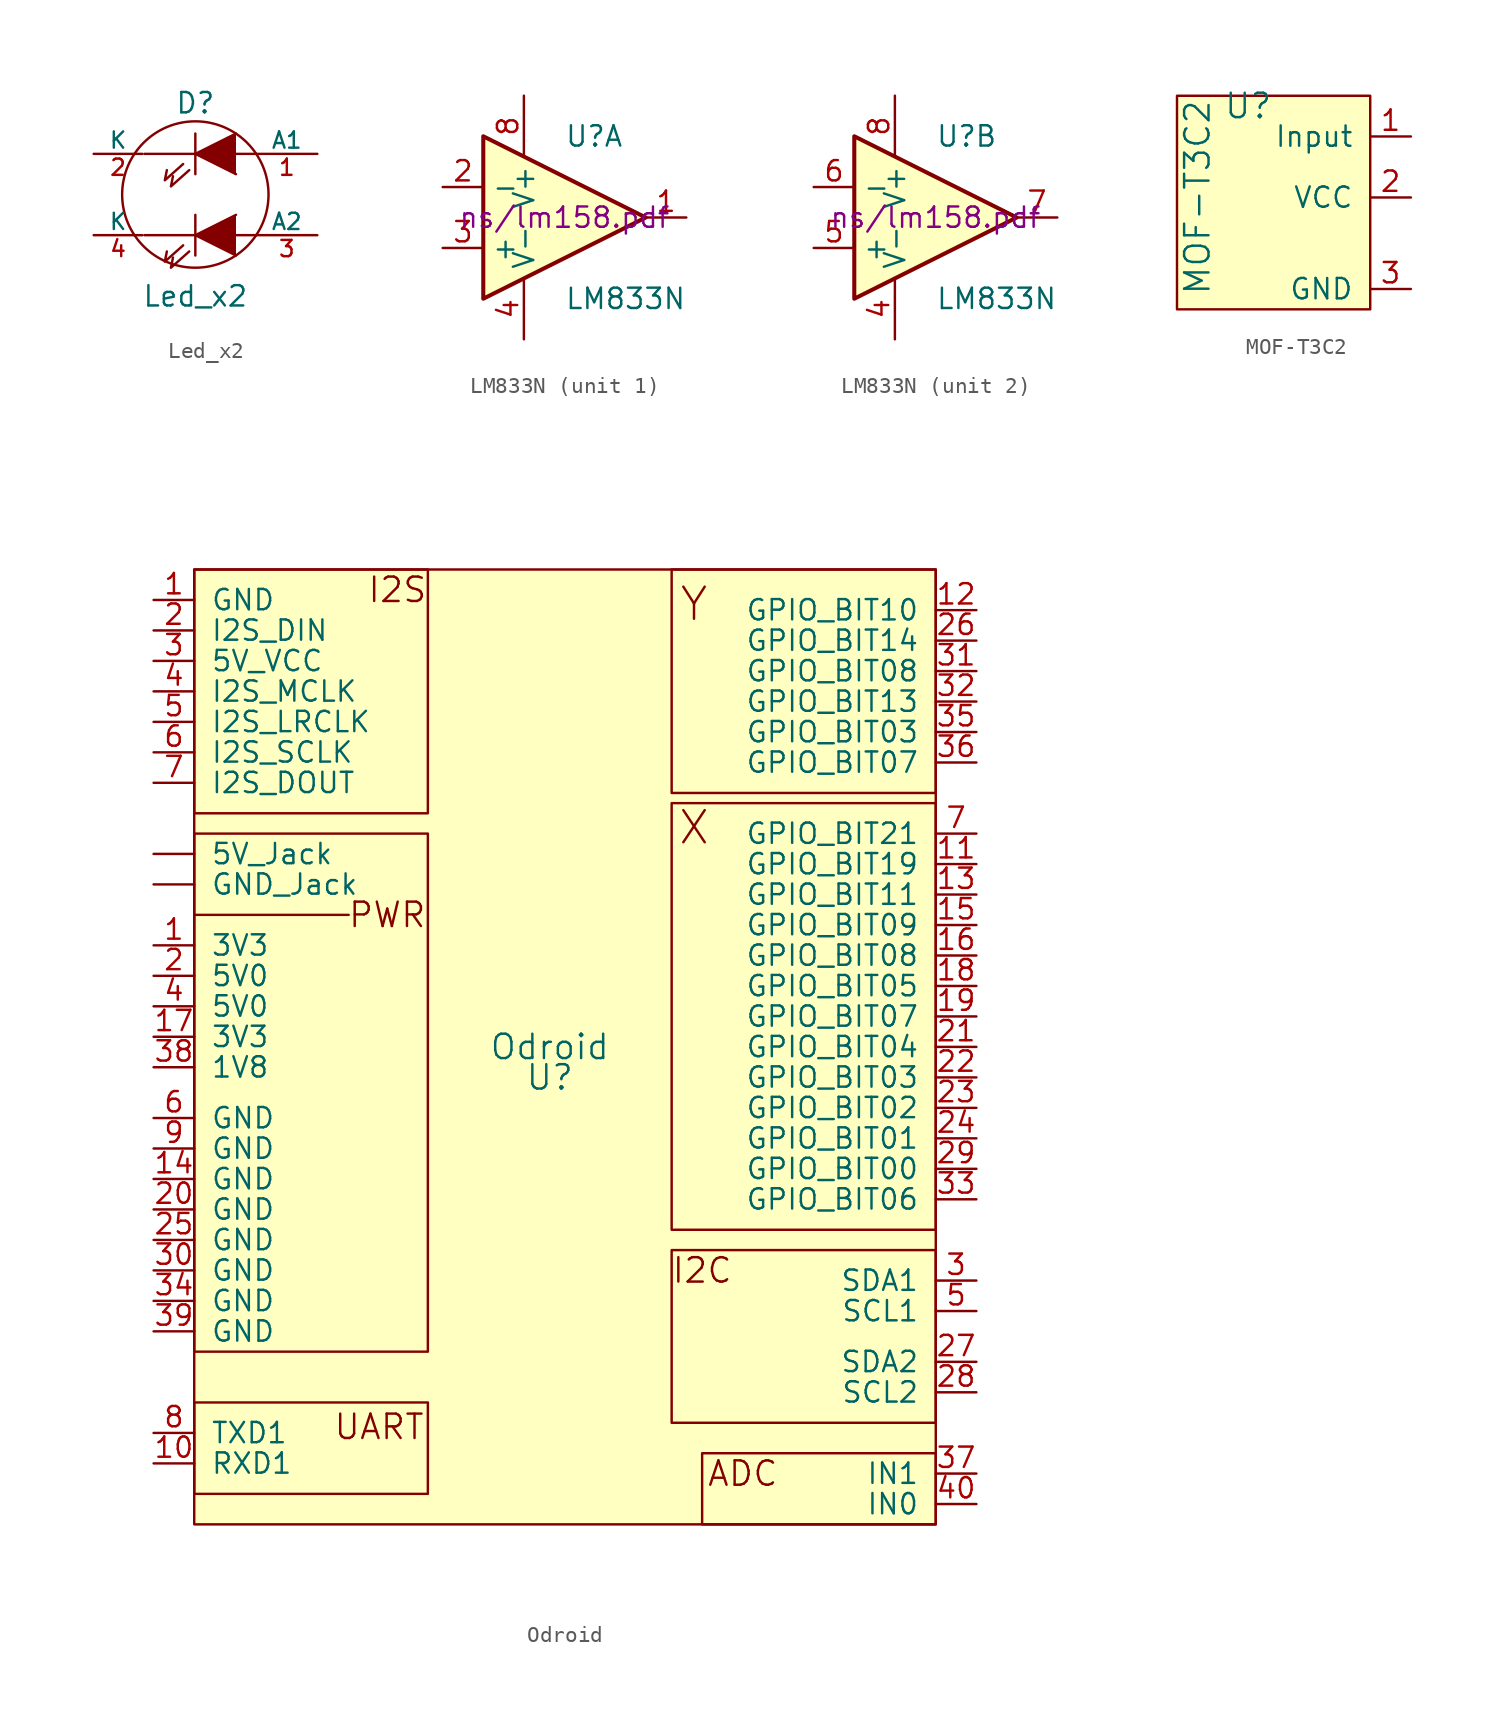
<source format=kicad_sym>
(kicad_symbol_lib
  (version 20211014)
  (generator kicad_symbol_editor)
  (symbol "Led_x2"
    (pin_names
      (offset 0))
    (property "Reference" "D"
      (at 0 5.715 0)
      (effects (font (size 1.27 1.27))))
    (property "Value" "Led_x2"
      (at 0 -6.35 0)
      (effects (font (size 1.27 1.27))))
    (property "Footprint" ""
      (at 0 0 0)
      (effects (font (size 1.27 1.27))))
    (property "Datasheet" ""
      (at 0 0 0)
      (effects (font (size 1.27 1.27))))
    (symbol "Led_x2_0_1"
      (polyline (pts (xy 0 -2.54) (xy -3.175 -2.54)) (stroke (width 0) (type default) (color 0 0 0 0)) (fill (type none)))
      (polyline (pts (xy 0 -1.27) (xy 0 -3.81)) (stroke (width 0) (type default) (color 0 0 0 0)) (fill (type none)))
      (polyline (pts (xy 0 2.54) (xy -3.175 2.54)) (stroke (width 0) (type default) (color 0 0 0 0)) (fill (type none)))
      (polyline (pts (xy 0 3.81) (xy 0 1.27)) (stroke (width 0) (type default) (color 0 0 0 0)) (fill (type none)))
      (polyline (pts (xy 3.81 -2.54) (xy 2.54 -2.54)) (stroke (width 0) (type default) (color 0 0 0 0)) (fill (type none)))
      (polyline (pts (xy 3.81 2.54) (xy 2.54 2.54)) (stroke (width 0) (type default) (color 0 0 0 0)) (fill (type none)))
      (polyline (pts (xy -0.762 -3.175) (xy -1.905 -4.191) (xy -1.778 -3.556)) (stroke (width 0) (type default) (color 0 0 0 0)) (fill (type none)))
      (polyline (pts (xy -0.762 1.905) (xy -1.905 0.889) (xy -1.778 1.524)) (stroke (width 0) (type default) (color 0 0 0 0)) (fill (type none)))
      (polyline (pts (xy -0.381 -3.556) (xy -1.524 -4.572) (xy -1.397 -3.937)) (stroke (width 0) (type default) (color 0 0 0 0)) (fill (type none)))
      (polyline (pts (xy -0.381 1.524) (xy -1.524 0.508) (xy -1.397 1.143)) (stroke (width 0) (type default) (color 0 0 0 0)) (fill (type none)))
      (polyline (pts (xy 2.54 -1.27) (xy 0 -2.54) (xy 2.54 -3.81)) (stroke (width 0) (type default) (color 0 0 0 0)) (fill (type outline)))
      (polyline (pts (xy 2.54 3.81) (xy 0 2.54) (xy 2.54 1.27)) (stroke (width 0) (type default) (color 0 0 0 0)) (fill (type outline)))
      (circle (center 0 0) (radius 4.572) (stroke (width 0) (type default) (color 0 0 0 0)) (fill (type none))))
    (symbol "Led_x2_1_1"
      (pin input line (at 7.62 2.54 180) (length 3.81) (name "A1" (effects (font (size 1.016 1.016)))) (number "1" (effects (font (size 1.016 1.016)))))
      (pin input line (at -6.35 2.54 0) (length 3.048) (name "K" (effects (font (size 1.016 1.016)))) (number "2" (effects (font (size 1.016 1.016)))))
      (pin input line (at 7.62 -2.54 180) (length 3.81) (name "A2" (effects (font (size 1.016 1.016)))) (number "3" (effects (font (size 1.016 1.016)))))
      (pin input line (at -6.35 -2.54 0) (length 3.048) (name "K" (effects (font (size 1.016 1.016)))) (number "4" (effects (font (size 1.016 1.016)))))))
  (symbol "LM833N"
    (property "Reference" "U"
      (at 0 5.08 0)
      (effects (font (size 1.27 1.27)) (justify left)))
    (property "Value" "LM833N"
      (at 0 -5.08 0)
      (effects (font (size 1.27 1.27)) (justify left)))
    (property "Footprint" ""
      (at 0 0 0)
      (effects (font (size 1.27 1.27))))
    (property "Datasheet" "ns/lm158.pdf"
      (at 0 0 0)
      (effects (font (size 1.27 1.27))))
    (symbol "LM833N_0_1"
      (polyline (pts (xy -5.08 5.08) (xy 5.08 0) (xy -5.08 -5.08) (xy -5.08 5.08)) (stroke (width 0.254) (type default) (color 0 0 0 0)) (fill (type background)))
      (pin power_in line (at -2.54 -7.62 90) (length 3.81) (name "V-" (effects (font (size 1.27 1.27)))) (number "4" (effects (font (size 1.27 1.27)))))
      (pin power_in line (at -2.54 7.62 270) (length 3.81) (name "V+" (effects (font (size 1.27 1.27)))) (number "8" (effects (font (size 1.27 1.27))))))
    (symbol "LM833N_1_1"
      (pin output line (at 7.62 0 180) (length 2.54) (name "~" (effects (font (size 1.27 1.27)))) (number "1" (effects (font (size 1.27 1.27)))))
      (pin input line (at -7.62 1.905 0) (length 2.54) (name "-" (effects (font (size 1.27 1.27)))) (number "2" (effects (font (size 1.27 1.27)))))
      (pin input line (at -7.62 -1.905 0) (length 2.54) (name "+" (effects (font (size 1.27 1.27)))) (number "3" (effects (font (size 1.27 1.27))))))
    (symbol "LM833N_2_1"
      (pin input line (at -7.62 -1.905 0) (length 2.54) (name "+" (effects (font (size 1.27 1.27)))) (number "5" (effects (font (size 1.27 1.27)))))
      (pin input line (at -7.62 1.905 0) (length 2.54) (name "-" (effects (font (size 1.27 1.27)))) (number "6" (effects (font (size 1.27 1.27)))))
      (pin output line (at 7.62 0 180) (length 2.54) (name "~" (effects (font (size 1.27 1.27)))) (number "7" (effects (font (size 1.27 1.27)))))))
  (symbol "MOF-T3C2"
    (pin_names
      (offset 1.016))
    (property "Reference" "U"
      (at -1.27 5.08 0)
      (effects (font (size 1.524 1.524))))
    (property "Value" "MOF-T3C2"
      (at -4.445 -0.635 90)
      (effects (font (size 1.524 1.524))))
    (symbol "MOF-T3C2_0_1"
      (rectangle (start -5.715 5.715) (end 6.35 -7.62) (stroke (width 0) (type default) (color 0 0 0 0)) (fill (type background))))
    (symbol "MOF-T3C2_1_1"
      (pin input line (at 8.89 3.175 180) (length 2.54) (name "Input" (effects (font (size 1.27 1.27)))) (number "1" (effects (font (size 1.27 1.27)))))
      (pin input line (at 8.89 -0.635 180) (length 2.54) (name "VCC" (effects (font (size 1.27 1.27)))) (number "2" (effects (font (size 1.27 1.27)))))
      (pin input line (at 8.89 -6.35 180) (length 2.54) (name "GND" (effects (font (size 1.27 1.27)))) (number "3" (effects (font (size 1.27 1.27)))))))
  (symbol "Odroid"
    (pin_names
      (offset 1.016))
    (property "Reference" "U"
      (at 0.635 0.635 0)
      (effects (font (size 1.524 1.524))))
    (property "Value" "Odroid"
      (at 0.635 2.54 0)
      (effects (font (size 1.524 1.524))))
    (symbol "Odroid_0_0"
      (rectangle (start -21.59 -19.685) (end -6.985 -25.4) (stroke (width 0) (type default) (color 0 0 0 0)) (fill (type none)))
      (rectangle (start -6.985 15.875) (end -21.59 -16.51) (stroke (width 0) (type default) (color 0 0 0 0)) (fill (type none)))
      (rectangle (start 8.255 -20.955) (end 24.765 -10.16) (stroke (width 0) (type default) (color 0 0 0 0)) (fill (type none)))
      (rectangle (start 8.255 32.385) (end 24.765 18.415) (stroke (width 0) (type default) (color 0 0 0 0)) (fill (type none)))
      (rectangle (start 10.16 -22.86) (end 24.765 -27.305) (stroke (width 0) (type default) (color 0 0 0 0)) (fill (type none)))
      (rectangle (start 24.765 17.78) (end 8.255 -8.89) (stroke (width 0) (type default) (color 0 0 0 0)) (fill (type none)))
      (text "ADC" (at 12.7 -24.13 0) (effects (font (size 1.524 1.524))))
      (text "I2C" (at 10.16 -11.43 0) (effects (font (size 1.524 1.524))))
      (text "I2S" (at -8.89 31.115 0) (effects (font (size 1.524 1.524))))
      (text "PWR" (at -9.525 10.795 0) (effects (font (size 1.524 1.524))))
      (text "UART" (at -10.033 -21.209 0) (effects (font (size 1.524 1.524))))
      (text "X" (at 9.652 16.256 0) (effects (font (size 2.007 2.007))))
      (text "Y" (at 9.652 30.226 0) (effects (font (size 2.007 2.007)))))
    (symbol "Odroid_0_1"
      (rectangle (start -21.59 -27.305) (end 24.765 32.385) (stroke (width 0) (type default) (color 0 0 0 0)) (fill (type background)))
      (rectangle (start -21.59 17.145) (end -6.985 32.385) (stroke (width 0) (type default) (color 0 0 0 0)) (fill (type none)))
      (polyline (pts (xy -21.59 10.795) (xy -11.938 10.795)) (stroke (width 0) (type default) (color 0 0 0 0)) (fill (type none))))
    (symbol "Odroid_1_1"
      (pin input line (at -24.13 8.89 0) (length 2.54) (name "3V3" (effects (font (size 1.27 1.27)))) (number "1" (effects (font (size 1.27 1.27)))))
      (pin input line (at -24.13 30.48 0) (length 2.54) (name "GND" (effects (font (size 1.27 1.27)))) (number "1" (effects (font (size 1.27 1.27)))))
      (pin input line (at -24.13 -23.495 0) (length 2.54) (name "RXD1" (effects (font (size 1.27 1.27)))) (number "10" (effects (font (size 1.27 1.27)))))
      (pin input line (at 27.305 13.97 180) (length 2.54) (name "GPIO_BIT19" (effects (font (size 1.27 1.27)))) (number "11" (effects (font (size 1.27 1.27)))))
      (pin input line (at 27.305 29.845 180) (length 2.54) (name "GPIO_BIT10" (effects (font (size 1.27 1.27)))) (number "12" (effects (font (size 1.27 1.27)))))
      (pin input line (at 27.305 12.065 180) (length 2.54) (name "GPIO_BIT11" (effects (font (size 1.27 1.27)))) (number "13" (effects (font (size 1.27 1.27)))))
      (pin input line (at -24.13 -5.715 0) (length 2.54) (name "GND" (effects (font (size 1.27 1.27)))) (number "14" (effects (font (size 1.27 1.27)))))
      (pin input line (at 27.305 10.16 180) (length 2.54) (name "GPIO_BIT09" (effects (font (size 1.27 1.27)))) (number "15" (effects (font (size 1.27 1.27)))))
      (pin input line (at 27.305 8.255 180) (length 2.54) (name "GPIO_BIT08" (effects (font (size 1.27 1.27)))) (number "16" (effects (font (size 1.27 1.27)))))
      (pin input line (at -24.13 3.175 0) (length 2.54) (name "3V3" (effects (font (size 1.27 1.27)))) (number "17" (effects (font (size 1.27 1.27)))))
      (pin input line (at 27.305 6.35 180) (length 2.54) (name "GPIO_BIT05" (effects (font (size 1.27 1.27)))) (number "18" (effects (font (size 1.27 1.27)))))
      (pin input line (at 27.305 4.445 180) (length 2.54) (name "GPIO_BIT07" (effects (font (size 1.27 1.27)))) (number "19" (effects (font (size 1.27 1.27)))))
      (pin input line (at -24.13 6.985 0) (length 2.54) (name "5V0" (effects (font (size 1.27 1.27)))) (number "2" (effects (font (size 1.27 1.27)))))
      (pin input line (at -24.13 28.575 0) (length 2.54) (name "I2S_DIN" (effects (font (size 1.27 1.27)))) (number "2" (effects (font (size 1.27 1.27)))))
      (pin input line (at -24.13 -7.62 0) (length 2.54) (name "GND" (effects (font (size 1.27 1.27)))) (number "20" (effects (font (size 1.27 1.27)))))
      (pin input line (at 27.305 2.54 180) (length 2.54) (name "GPIO_BIT04" (effects (font (size 1.27 1.27)))) (number "21" (effects (font (size 1.27 1.27)))))
      (pin input line (at 27.305 0.635 180) (length 2.54) (name "GPIO_BIT03" (effects (font (size 1.27 1.27)))) (number "22" (effects (font (size 1.27 1.27)))))
      (pin input line (at 27.305 -1.27 180) (length 2.54) (name "GPIO_BIT02" (effects (font (size 1.27 1.27)))) (number "23" (effects (font (size 1.27 1.27)))))
      (pin input line (at 27.305 -3.175 180) (length 2.54) (name "GPIO_BIT01" (effects (font (size 1.27 1.27)))) (number "24" (effects (font (size 1.27 1.27)))))
      (pin input line (at -24.13 -9.525 0) (length 2.54) (name "GND" (effects (font (size 1.27 1.27)))) (number "25" (effects (font (size 1.27 1.27)))))
      (pin input line (at 27.305 27.94 180) (length 2.54) (name "GPIO_BIT14" (effects (font (size 1.27 1.27)))) (number "26" (effects (font (size 1.27 1.27)))))
      (pin input line (at 27.305 -17.145 180) (length 2.54) (name "SDA2" (effects (font (size 1.27 1.27)))) (number "27" (effects (font (size 1.27 1.27)))))
      (pin input line (at 27.305 -19.05 180) (length 2.54) (name "SCL2" (effects (font (size 1.27 1.27)))) (number "28" (effects (font (size 1.27 1.27)))))
      (pin input line (at 27.305 -5.08 180) (length 2.54) (name "GPIO_BIT00" (effects (font (size 1.27 1.27)))) (number "29" (effects (font (size 1.27 1.27)))))
      (pin input line (at -24.13 26.67 0) (length 2.54) (name "5V_VCC" (effects (font (size 1.27 1.27)))) (number "3" (effects (font (size 1.27 1.27)))))
      (pin input line (at 27.305 -12.065 180) (length 2.54) (name "SDA1" (effects (font (size 1.27 1.27)))) (number "3" (effects (font (size 1.27 1.27)))))
      (pin input line (at -24.13 -11.43 0) (length 2.54) (name "GND" (effects (font (size 1.27 1.27)))) (number "30" (effects (font (size 1.27 1.27)))))
      (pin input line (at 27.305 26.035 180) (length 2.54) (name "GPIO_BIT08" (effects (font (size 1.27 1.27)))) (number "31" (effects (font (size 1.27 1.27)))))
      (pin input line (at 27.305 24.13 180) (length 2.54) (name "GPIO_BIT13" (effects (font (size 1.27 1.27)))) (number "32" (effects (font (size 1.27 1.27)))))
      (pin input line (at 27.305 -6.985 180) (length 2.54) (name "GPIO_BIT06" (effects (font (size 1.27 1.27)))) (number "33" (effects (font (size 1.27 1.27)))))
      (pin input line (at -24.13 -13.335 0) (length 2.54) (name "GND" (effects (font (size 1.27 1.27)))) (number "34" (effects (font (size 1.27 1.27)))))
      (pin input line (at 27.305 22.225 180) (length 2.54) (name "GPIO_BIT03" (effects (font (size 1.27 1.27)))) (number "35" (effects (font (size 1.27 1.27)))))
      (pin input line (at 27.305 20.32 180) (length 2.54) (name "GPIO_BIT07" (effects (font (size 1.27 1.27)))) (number "36" (effects (font (size 1.27 1.27)))))
      (pin input line (at 27.305 -24.13 180) (length 2.54) (name "IN1" (effects (font (size 1.27 1.27)))) (number "37" (effects (font (size 1.27 1.27)))))
      (pin input line (at -24.13 1.27 0) (length 2.54) (name "1V8" (effects (font (size 1.27 1.27)))) (number "38" (effects (font (size 1.27 1.27)))))
      (pin input line (at -24.13 -15.24 0) (length 2.54) (name "GND" (effects (font (size 1.27 1.27)))) (number "39" (effects (font (size 1.27 1.27)))))
      (pin input line (at -24.13 5.08 0) (length 2.54) (name "5V0" (effects (font (size 1.27 1.27)))) (number "4" (effects (font (size 1.27 1.27)))))
      (pin input line (at -24.13 24.765 0) (length 2.54) (name "I2S_MCLK" (effects (font (size 1.27 1.27)))) (number "4" (effects (font (size 1.27 1.27)))))
      (pin input line (at 27.305 -26.035 180) (length 2.54) (name "IN0" (effects (font (size 1.27 1.27)))) (number "40" (effects (font (size 1.27 1.27)))))
      (pin input line (at -24.13 22.86 0) (length 2.54) (name "I2S_LRCLK" (effects (font (size 1.27 1.27)))) (number "5" (effects (font (size 1.27 1.27)))))
      (pin input line (at 27.305 -13.97 180) (length 2.54) (name "SCL1" (effects (font (size 1.27 1.27)))) (number "5" (effects (font (size 1.27 1.27)))))
      (pin input line (at -24.13 -1.905 0) (length 2.54) (name "GND" (effects (font (size 1.27 1.27)))) (number "6" (effects (font (size 1.27 1.27)))))
      (pin input line (at -24.13 20.955 0) (length 2.54) (name "I2S_SCLK" (effects (font (size 1.27 1.27)))) (number "6" (effects (font (size 1.27 1.27)))))
      (pin input line (at 27.305 15.875 180) (length 2.54) (name "GPIO_BIT21" (effects (font (size 1.27 1.27)))) (number "7" (effects (font (size 1.27 1.27)))))
      (pin input line (at -24.13 19.05 0) (length 2.54) (name "I2S_DOUT" (effects (font (size 1.27 1.27)))) (number "7" (effects (font (size 1.27 1.27)))))
      (pin input line (at -24.13 -21.59 0) (length 2.54) (name "TXD1" (effects (font (size 1.27 1.27)))) (number "8" (effects (font (size 1.27 1.27)))))
      (pin input line (at -24.13 -3.81 0) (length 2.54) (name "GND" (effects (font (size 1.27 1.27)))) (number "9" (effects (font (size 1.27 1.27)))))
      (pin input line (at -24.13 14.605 0) (length 2.54) (name "5V_Jack" (effects (font (size 1.27 1.27)))) (number "~" (effects (font (size 1.27 1.27)))))
      (pin input line (at -24.13 12.7 0) (length 2.54) (name "GND_Jack" (effects (font (size 1.27 1.27)))) (number "~" (effects (font (size 1.27 1.27))))))))
</source>
